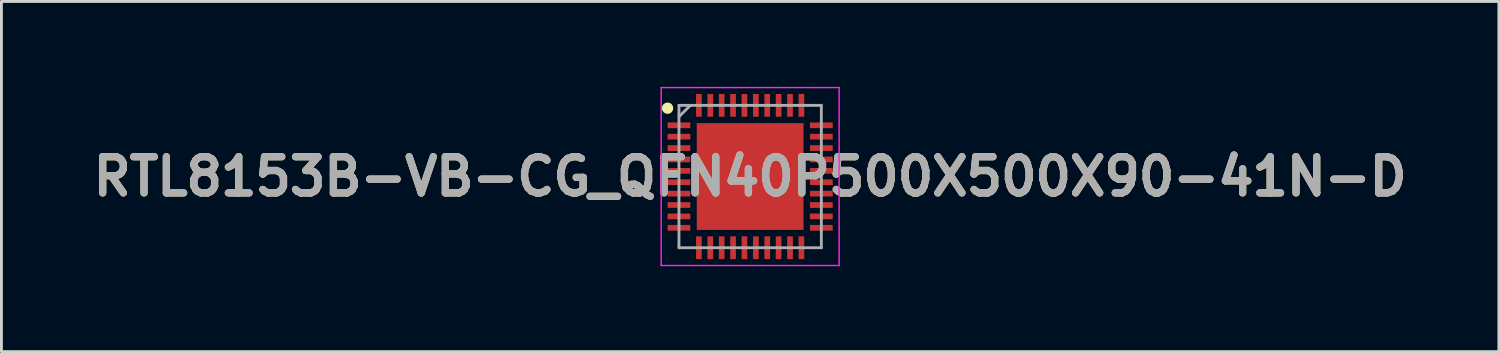
<source format=kicad_pcb>
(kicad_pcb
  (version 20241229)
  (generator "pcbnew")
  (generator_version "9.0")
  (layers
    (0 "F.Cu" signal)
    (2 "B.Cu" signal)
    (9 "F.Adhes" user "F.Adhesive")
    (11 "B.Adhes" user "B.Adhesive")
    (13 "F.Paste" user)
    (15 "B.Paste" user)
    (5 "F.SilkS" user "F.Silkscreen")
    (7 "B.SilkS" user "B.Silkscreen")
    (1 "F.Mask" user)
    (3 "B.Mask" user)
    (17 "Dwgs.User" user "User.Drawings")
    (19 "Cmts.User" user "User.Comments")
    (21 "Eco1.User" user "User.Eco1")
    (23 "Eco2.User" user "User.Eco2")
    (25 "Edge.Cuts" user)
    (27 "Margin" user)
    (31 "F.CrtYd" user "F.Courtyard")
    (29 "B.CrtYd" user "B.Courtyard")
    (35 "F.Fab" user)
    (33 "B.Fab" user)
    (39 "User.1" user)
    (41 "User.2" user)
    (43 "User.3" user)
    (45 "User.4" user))
  (footprint "RTL8153B-VB-CG_QFN40P500X500X90-41N-D"
    (layer "F.Cu")
    (at 23.295 3.15)
    (property "Reference" "RTL8153B-VB-CG_QFN40P500X500X90-41N-D" (at 0 0 0) (layer "F.SilkS") (effects (font (size 1.27 1.27) (thickness 0.254))))
    (attr smd)
    (fp_circle (center -2.9 -2.4) (end -2.9 -2.3) (stroke (width 0.2) (type solid)) (fill no) (layer "F.SilkS"))
    (fp_line (start -3.125 -3.125) (end 3.125 -3.125) (stroke (width 0.05) (type solid)) (layer "F.CrtYd"))
    (fp_line (start -3.125 3.125) (end -3.125 -3.125) (stroke (width 0.05) (type solid)) (layer "F.CrtYd"))
    (fp_line (start 3.125 -3.125) (end 3.125 3.125) (stroke (width 0.05) (type solid)) (layer "F.CrtYd"))
    (fp_line (start 3.125 3.125) (end -3.125 3.125) (stroke (width 0.05) (type solid)) (layer "F.CrtYd"))
    (fp_line (start -2.5 -2.5) (end 2.5 -2.5) (stroke (width 0.1) (type solid)) (layer "F.Fab"))
    (fp_line (start -2.5 -2.1) (end -2.1 -2.5) (stroke (width 0.1) (type solid)) (layer "F.Fab"))
    (fp_line (start -2.5 2.5) (end -2.5 -2.5) (stroke (width 0.1) (type solid)) (layer "F.Fab"))
    (fp_line (start 2.5 -2.5) (end 2.5 2.5) (stroke (width 0.1) (type solid)) (layer "F.Fab"))
    (fp_line (start 2.5 2.5) (end -2.5 2.5) (stroke (width 0.1) (type solid)) (layer "F.Fab"))
    (fp_text user "${REFERENCE}" (at 0 0 0) (layer "F.Fab") (effects (font (size 1.27 1.27) (thickness 0.254))))
    (pad "1" smd rect (at -2.5 -1.8 90) (size 0.2 0.8) (layers "F.Cu" "F.Mask" "F.Paste"))
    (pad "2" smd rect (at -2.5 -1.4 90) (size 0.2 0.8) (layers "F.Cu" "F.Mask" "F.Paste"))
    (pad "3" smd rect (at -2.5 -1 90) (size 0.2 0.8) (layers "F.Cu" "F.Mask" "F.Paste"))
    (pad "4" smd rect (at -2.5 -0.6 90) (size 0.2 0.8) (layers "F.Cu" "F.Mask" "F.Paste"))
    (pad "5" smd rect (at -2.5 -0.2 90) (size 0.2 0.8) (layers "F.Cu" "F.Mask" "F.Paste"))
    (pad "6" smd rect (at -2.5 0.2 90) (size 0.2 0.8) (layers "F.Cu" "F.Mask" "F.Paste"))
    (pad "7" smd rect (at -2.5 0.6 90) (size 0.2 0.8) (layers "F.Cu" "F.Mask" "F.Paste"))
    (pad "8" smd rect (at -2.5 1 90) (size 0.2 0.8) (layers "F.Cu" "F.Mask" "F.Paste"))
    (pad "9" smd rect (at -2.5 1.4 90) (size 0.2 0.8) (layers "F.Cu" "F.Mask" "F.Paste"))
    (pad "10" smd rect (at -2.5 1.8 90) (size 0.2 0.8) (layers "F.Cu" "F.Mask" "F.Paste"))
    (pad "11" smd rect (at -1.8 2.5) (size 0.2 0.8) (layers "F.Cu" "F.Mask" "F.Paste"))
    (pad "12" smd rect (at -1.4 2.5) (size 0.2 0.8) (layers "F.Cu" "F.Mask" "F.Paste"))
    (pad "13" smd rect (at -1 2.5) (size 0.2 0.8) (layers "F.Cu" "F.Mask" "F.Paste"))
    (pad "14" smd rect (at -0.6 2.5) (size 0.2 0.8) (layers "F.Cu" "F.Mask" "F.Paste"))
    (pad "15" smd rect (at -0.2 2.5) (size 0.2 0.8) (layers "F.Cu" "F.Mask" "F.Paste"))
    (pad "16" smd rect (at 0.2 2.5) (size 0.2 0.8) (layers "F.Cu" "F.Mask" "F.Paste"))
    (pad "17" smd rect (at 0.6 2.5) (size 0.2 0.8) (layers "F.Cu" "F.Mask" "F.Paste"))
    (pad "18" smd rect (at 1 2.5) (size 0.2 0.8) (layers "F.Cu" "F.Mask" "F.Paste"))
    (pad "19" smd rect (at 1.4 2.5) (size 0.2 0.8) (layers "F.Cu" "F.Mask" "F.Paste"))
    (pad "20" smd rect (at 1.8 2.5) (size 0.2 0.8) (layers "F.Cu" "F.Mask" "F.Paste"))
    (pad "21" smd rect (at 2.5 1.8 90) (size 0.2 0.8) (layers "F.Cu" "F.Mask" "F.Paste"))
    (pad "22" smd rect (at 2.5 1.4 90) (size 0.2 0.8) (layers "F.Cu" "F.Mask" "F.Paste"))
    (pad "23" smd rect (at 2.5 1 90) (size 0.2 0.8) (layers "F.Cu" "F.Mask" "F.Paste"))
    (pad "24" smd rect (at 2.5 0.6 90) (size 0.2 0.8) (layers "F.Cu" "F.Mask" "F.Paste"))
    (pad "25" smd rect (at 2.5 0.2 90) (size 0.2 0.8) (layers "F.Cu" "F.Mask" "F.Paste"))
    (pad "26" smd rect (at 2.5 -0.2 90) (size 0.2 0.8) (layers "F.Cu" "F.Mask" "F.Paste"))
    (pad "27" smd rect (at 2.5 -0.6 90) (size 0.2 0.8) (layers "F.Cu" "F.Mask" "F.Paste"))
    (pad "28" smd rect (at 2.5 -1 90) (size 0.2 0.8) (layers "F.Cu" "F.Mask" "F.Paste"))
    (pad "29" smd rect (at 2.5 -1.4 90) (size 0.2 0.8) (layers "F.Cu" "F.Mask" "F.Paste"))
    (pad "30" smd rect (at 2.5 -1.8 90) (size 0.2 0.8) (layers "F.Cu" "F.Mask" "F.Paste"))
    (pad "31" smd rect (at 1.8 -2.5) (size 0.2 0.8) (layers "F.Cu" "F.Mask" "F.Paste"))
    (pad "32" smd rect (at 1.4 -2.5) (size 0.2 0.8) (layers "F.Cu" "F.Mask" "F.Paste"))
    (pad "33" smd rect (at 1 -2.5) (size 0.2 0.8) (layers "F.Cu" "F.Mask" "F.Paste"))
    (pad "34" smd rect (at 0.6 -2.5) (size 0.2 0.8) (layers "F.Cu" "F.Mask" "F.Paste"))
    (pad "35" smd rect (at 0.2 -2.5) (size 0.2 0.8) (layers "F.Cu" "F.Mask" "F.Paste"))
    (pad "36" smd rect (at -0.2 -2.5) (size 0.2 0.8) (layers "F.Cu" "F.Mask" "F.Paste"))
    (pad "37" smd rect (at -0.6 -2.5) (size 0.2 0.8) (layers "F.Cu" "F.Mask" "F.Paste"))
    (pad "38" smd rect (at -1 -2.5) (size 0.2 0.8) (layers "F.Cu" "F.Mask" "F.Paste"))
    (pad "39" smd rect (at -1.4 -2.5) (size 0.2 0.8) (layers "F.Cu" "F.Mask" "F.Paste"))
    (pad "40" smd rect (at -1.8 -2.5) (size 0.2 0.8) (layers "F.Cu" "F.Mask" "F.Paste"))
    (pad "41" smd rect (at 0 0) (size 3.75 3.75) (layers "F.Cu" "F.Mask" "F.Paste")))
  (gr_rect
    (start -3 -3)
    (end 49.591 9.3)
    (stroke (width 0.1) (type default))
    (fill no)
    (layer "Edge.Cuts")))
</source>
